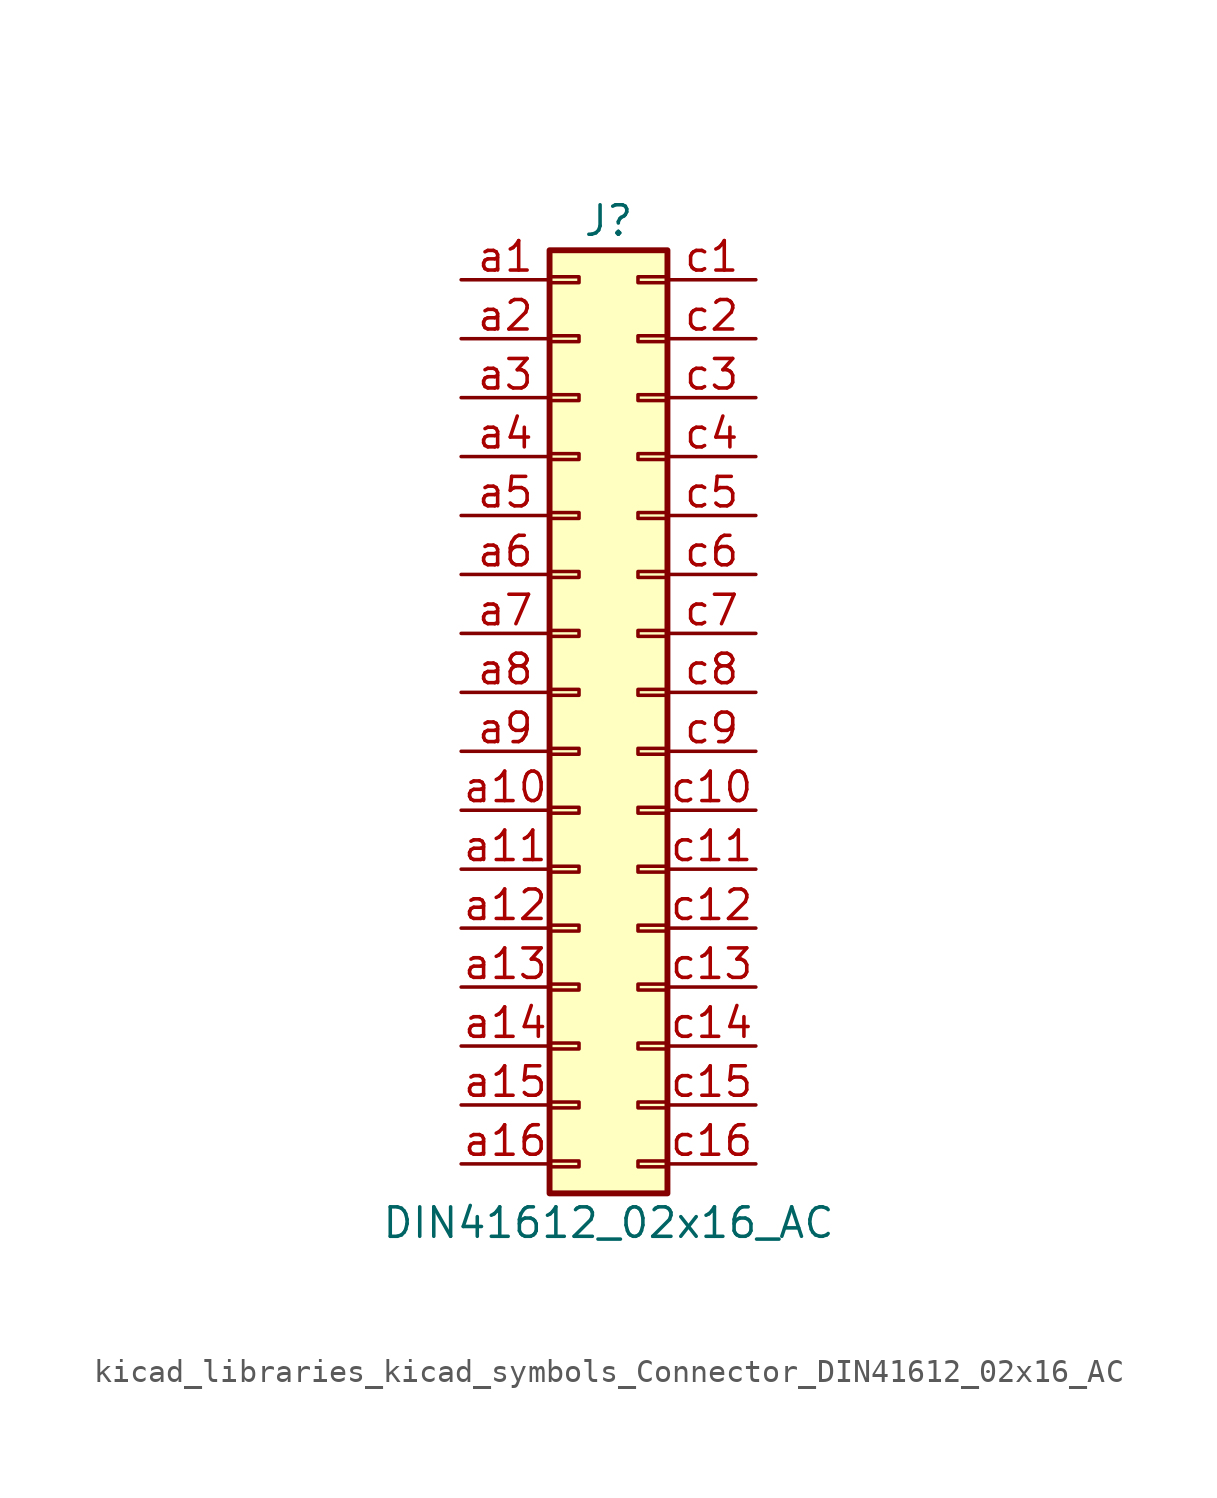
<source format=kicad_sym>
(kicad_symbol_lib
  (version 20220914)
  (generator kicad_symbol_editor)
  (symbol "kicad_libraries_kicad_symbols_Connector_DIN41612_02x16_AC"
    (pin_names
      (offset 1.016) hide)
    (property "Reference" "J"
      (at 1.27 20.32 0)
      (effects (font (size 1.27 1.27))))
    (property "Value" "DIN41612_02x16_AC"
      (at 1.27 -22.86 0)
      (effects (font (size 1.27 1.27))))
    (symbol "kicad_libraries_kicad_symbols_Connector_DIN41612_02x16_AC_1_1"
      (rectangle (start -1.27 -20.193) (end 0 -20.447) (stroke (width 0.152) (type default)) (fill (type none)))
      (rectangle (start -1.27 -17.653) (end 0 -17.907) (stroke (width 0.152) (type default)) (fill (type none)))
      (rectangle (start -1.27 -15.113) (end 0 -15.367) (stroke (width 0.152) (type default)) (fill (type none)))
      (rectangle (start -1.27 -12.573) (end 0 -12.827) (stroke (width 0.152) (type default)) (fill (type none)))
      (rectangle (start -1.27 -10.033) (end 0 -10.287) (stroke (width 0.152) (type default)) (fill (type none)))
      (rectangle (start -1.27 -7.493) (end 0 -7.747) (stroke (width 0.152) (type default)) (fill (type none)))
      (rectangle (start -1.27 -4.953) (end 0 -5.207) (stroke (width 0.152) (type default)) (fill (type none)))
      (rectangle (start -1.27 -2.413) (end 0 -2.667) (stroke (width 0.152) (type default)) (fill (type none)))
      (rectangle (start -1.27 0.127) (end 0 -0.127) (stroke (width 0.152) (type default)) (fill (type none)))
      (rectangle (start -1.27 2.667) (end 0 2.413) (stroke (width 0.152) (type default)) (fill (type none)))
      (rectangle (start -1.27 5.207) (end 0 4.953) (stroke (width 0.152) (type default)) (fill (type none)))
      (rectangle (start -1.27 7.747) (end 0 7.493) (stroke (width 0.152) (type default)) (fill (type none)))
      (rectangle (start -1.27 10.287) (end 0 10.033) (stroke (width 0.152) (type default)) (fill (type none)))
      (rectangle (start -1.27 12.827) (end 0 12.573) (stroke (width 0.152) (type default)) (fill (type none)))
      (rectangle (start -1.27 15.367) (end 0 15.113) (stroke (width 0.152) (type default)) (fill (type none)))
      (rectangle (start -1.27 17.907) (end 0 17.653) (stroke (width 0.152) (type default)) (fill (type none)))
      (rectangle (start -1.27 19.05) (end 3.81 -21.59) (stroke (width 0.254) (type default)) (fill (type background)))
      (rectangle (start 3.81 -20.193) (end 2.54 -20.447) (stroke (width 0.152) (type default)) (fill (type none)))
      (rectangle (start 3.81 -17.653) (end 2.54 -17.907) (stroke (width 0.152) (type default)) (fill (type none)))
      (rectangle (start 3.81 -15.113) (end 2.54 -15.367) (stroke (width 0.152) (type default)) (fill (type none)))
      (rectangle (start 3.81 -12.573) (end 2.54 -12.827) (stroke (width 0.152) (type default)) (fill (type none)))
      (rectangle (start 3.81 -10.033) (end 2.54 -10.287) (stroke (width 0.152) (type default)) (fill (type none)))
      (rectangle (start 3.81 -7.493) (end 2.54 -7.747) (stroke (width 0.152) (type default)) (fill (type none)))
      (rectangle (start 3.81 -4.953) (end 2.54 -5.207) (stroke (width 0.152) (type default)) (fill (type none)))
      (rectangle (start 3.81 -2.413) (end 2.54 -2.667) (stroke (width 0.152) (type default)) (fill (type none)))
      (rectangle (start 3.81 0.127) (end 2.54 -0.127) (stroke (width 0.152) (type default)) (fill (type none)))
      (rectangle (start 3.81 2.667) (end 2.54 2.413) (stroke (width 0.152) (type default)) (fill (type none)))
      (rectangle (start 3.81 5.207) (end 2.54 4.953) (stroke (width 0.152) (type default)) (fill (type none)))
      (rectangle (start 3.81 7.747) (end 2.54 7.493) (stroke (width 0.152) (type default)) (fill (type none)))
      (rectangle (start 3.81 10.287) (end 2.54 10.033) (stroke (width 0.152) (type default)) (fill (type none)))
      (rectangle (start 3.81 12.827) (end 2.54 12.573) (stroke (width 0.152) (type default)) (fill (type none)))
      (rectangle (start 3.81 15.367) (end 2.54 15.113) (stroke (width 0.152) (type default)) (fill (type none)))
      (rectangle (start 3.81 17.907) (end 2.54 17.653) (stroke (width 0.152) (type default)) (fill (type none)))
      (pin passive line (at -5.08 17.78 0) (length 3.81) (name "Pin_a1" (effects (font (size 1.27 1.27)))) (number "a1" (effects (font (size 1.27 1.27)))))
      (pin passive line (at -5.08 -5.08 0) (length 3.81) (name "Pin_a10" (effects (font (size 1.27 1.27)))) (number "a10" (effects (font (size 1.27 1.27)))))
      (pin passive line (at -5.08 -7.62 0) (length 3.81) (name "Pin_a11" (effects (font (size 1.27 1.27)))) (number "a11" (effects (font (size 1.27 1.27)))))
      (pin passive line (at -5.08 -10.16 0) (length 3.81) (name "Pin_a12" (effects (font (size 1.27 1.27)))) (number "a12" (effects (font (size 1.27 1.27)))))
      (pin passive line (at -5.08 -12.7 0) (length 3.81) (name "Pin_a13" (effects (font (size 1.27 1.27)))) (number "a13" (effects (font (size 1.27 1.27)))))
      (pin passive line (at -5.08 -15.24 0) (length 3.81) (name "Pin_a14" (effects (font (size 1.27 1.27)))) (number "a14" (effects (font (size 1.27 1.27)))))
      (pin passive line (at -5.08 -17.78 0) (length 3.81) (name "Pin_a15" (effects (font (size 1.27 1.27)))) (number "a15" (effects (font (size 1.27 1.27)))))
      (pin passive line (at -5.08 -20.32 0) (length 3.81) (name "Pin_a16" (effects (font (size 1.27 1.27)))) (number "a16" (effects (font (size 1.27 1.27)))))
      (pin passive line (at -5.08 15.24 0) (length 3.81) (name "Pin_a2" (effects (font (size 1.27 1.27)))) (number "a2" (effects (font (size 1.27 1.27)))))
      (pin passive line (at -5.08 12.7 0) (length 3.81) (name "Pin_a3" (effects (font (size 1.27 1.27)))) (number "a3" (effects (font (size 1.27 1.27)))))
      (pin passive line (at -5.08 10.16 0) (length 3.81) (name "Pin_a4" (effects (font (size 1.27 1.27)))) (number "a4" (effects (font (size 1.27 1.27)))))
      (pin passive line (at -5.08 7.62 0) (length 3.81) (name "Pin_a5" (effects (font (size 1.27 1.27)))) (number "a5" (effects (font (size 1.27 1.27)))))
      (pin passive line (at -5.08 5.08 0) (length 3.81) (name "Pin_a6" (effects (font (size 1.27 1.27)))) (number "a6" (effects (font (size 1.27 1.27)))))
      (pin passive line (at -5.08 2.54 0) (length 3.81) (name "Pin_a7" (effects (font (size 1.27 1.27)))) (number "a7" (effects (font (size 1.27 1.27)))))
      (pin passive line (at -5.08 0 0) (length 3.81) (name "Pin_a8" (effects (font (size 1.27 1.27)))) (number "a8" (effects (font (size 1.27 1.27)))))
      (pin passive line (at -5.08 -2.54 0) (length 3.81) (name "Pin_a9" (effects (font (size 1.27 1.27)))) (number "a9" (effects (font (size 1.27 1.27)))))
      (pin passive line (at 7.62 17.78 180) (length 3.81) (name "Pin_c1" (effects (font (size 1.27 1.27)))) (number "c1" (effects (font (size 1.27 1.27)))))
      (pin passive line (at 7.62 -5.08 180) (length 3.81) (name "Pin_c10" (effects (font (size 1.27 1.27)))) (number "c10" (effects (font (size 1.27 1.27)))))
      (pin passive line (at 7.62 -7.62 180) (length 3.81) (name "Pin_c11" (effects (font (size 1.27 1.27)))) (number "c11" (effects (font (size 1.27 1.27)))))
      (pin passive line (at 7.62 -10.16 180) (length 3.81) (name "Pin_c12" (effects (font (size 1.27 1.27)))) (number "c12" (effects (font (size 1.27 1.27)))))
      (pin passive line (at 7.62 -12.7 180) (length 3.81) (name "Pin_c13" (effects (font (size 1.27 1.27)))) (number "c13" (effects (font (size 1.27 1.27)))))
      (pin passive line (at 7.62 -15.24 180) (length 3.81) (name "Pin_c14" (effects (font (size 1.27 1.27)))) (number "c14" (effects (font (size 1.27 1.27)))))
      (pin passive line (at 7.62 -17.78 180) (length 3.81) (name "Pin_c15" (effects (font (size 1.27 1.27)))) (number "c15" (effects (font (size 1.27 1.27)))))
      (pin passive line (at 7.62 -20.32 180) (length 3.81) (name "Pin_c16" (effects (font (size 1.27 1.27)))) (number "c16" (effects (font (size 1.27 1.27)))))
      (pin passive line (at 7.62 15.24 180) (length 3.81) (name "Pin_c2" (effects (font (size 1.27 1.27)))) (number "c2" (effects (font (size 1.27 1.27)))))
      (pin passive line (at 7.62 12.7 180) (length 3.81) (name "Pin_c3" (effects (font (size 1.27 1.27)))) (number "c3" (effects (font (size 1.27 1.27)))))
      (pin passive line (at 7.62 10.16 180) (length 3.81) (name "Pin_c4" (effects (font (size 1.27 1.27)))) (number "c4" (effects (font (size 1.27 1.27)))))
      (pin passive line (at 7.62 7.62 180) (length 3.81) (name "Pin_c5" (effects (font (size 1.27 1.27)))) (number "c5" (effects (font (size 1.27 1.27)))))
      (pin passive line (at 7.62 5.08 180) (length 3.81) (name "Pin_c6" (effects (font (size 1.27 1.27)))) (number "c6" (effects (font (size 1.27 1.27)))))
      (pin passive line (at 7.62 2.54 180) (length 3.81) (name "Pin_c7" (effects (font (size 1.27 1.27)))) (number "c7" (effects (font (size 1.27 1.27)))))
      (pin passive line (at 7.62 0 180) (length 3.81) (name "Pin_c8" (effects (font (size 1.27 1.27)))) (number "c8" (effects (font (size 1.27 1.27)))))
      (pin passive line (at 7.62 -2.54 180) (length 3.81) (name "Pin_c9" (effects (font (size 1.27 1.27)))) (number "c9" (effects (font (size 1.27 1.27))))))))
</source>
